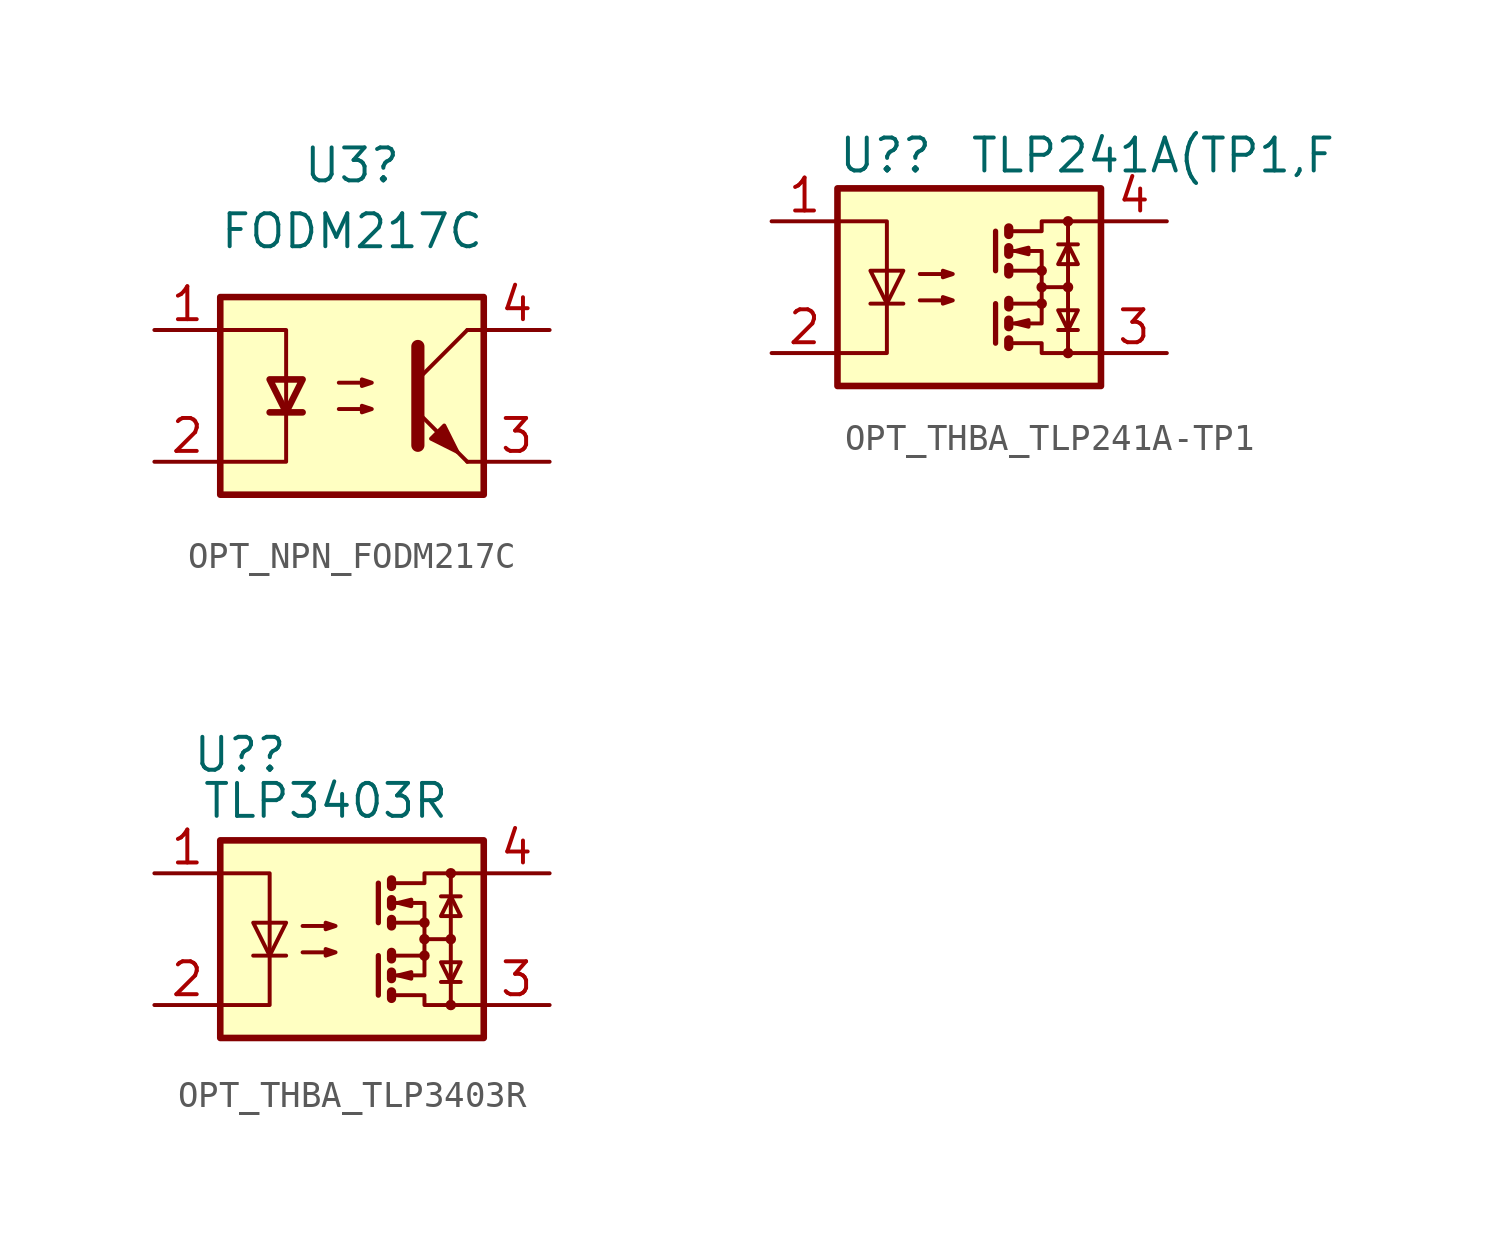
<source format=kicad_sym>
(kicad_symbol_lib
  (version 20231120)
  (generator "kicad_symbol_editor")
  (generator_version "8.0")
  (symbol "OPT_NPN_FODM217C"
    (property "Reference" "U3"
      (at 0 8.89 0)
      (effects (font (size 1.27 1.27))))
    (property "Value" "FODM217C"
      (at 0 6.35 0)
      (effects (font (size 1.27 1.27))))
    (symbol "OPT_NPN_FODM217C_0_1"
      (rectangle (start -5.08 3.81) (end 5.08 -3.81) (stroke (width 0.254) (type default)) (fill (type background)))
      (polyline (pts (xy -3.175 -0.635) (xy -1.905 -0.635)) (stroke (width 0.254) (type default)) (fill (type none)))
      (polyline (pts (xy 2.54 0.635) (xy 4.445 2.54)) (stroke (width 0) (type default)) (fill (type none)))
      (polyline (pts (xy 4.445 -2.54) (xy 2.54 -0.635)) (stroke (width 0) (type default)) (fill (type outline)))
      (polyline (pts (xy 4.445 -2.54) (xy 5.08 -2.54)) (stroke (width 0) (type default)) (fill (type none)))
      (polyline (pts (xy 4.445 2.54) (xy 5.08 2.54)) (stroke (width 0) (type default)) (fill (type none)))
      (polyline (pts (xy -5.08 2.54) (xy -2.54 2.54) (xy -2.54 -0.635)) (stroke (width 0) (type default)) (fill (type none)))
      (polyline (pts (xy -2.54 -0.635) (xy -2.54 -2.54) (xy -5.08 -2.54)) (stroke (width 0) (type default)) (fill (type none)))
      (polyline (pts (xy 2.54 1.905) (xy 2.54 -1.905) (xy 2.54 -1.905)) (stroke (width 0.508) (type default)) (fill (type none)))
      (polyline (pts (xy -2.54 -0.635) (xy -3.175 0.635) (xy -1.905 0.635) (xy -2.54 -0.635)) (stroke (width 0.254) (type default)) (fill (type none)))
      (polyline (pts (xy -0.508 -0.508) (xy 0.762 -0.508) (xy 0.381 -0.635) (xy 0.381 -0.381) (xy 0.762 -0.508)) (stroke (width 0) (type default)) (fill (type none)))
      (polyline (pts (xy -0.508 0.508) (xy 0.762 0.508) (xy 0.381 0.381) (xy 0.381 0.635) (xy 0.762 0.508)) (stroke (width 0) (type default)) (fill (type none)))
      (polyline (pts (xy 3.048 -1.651) (xy 3.556 -1.143) (xy 4.064 -2.159) (xy 3.048 -1.651) (xy 3.048 -1.651)) (stroke (width 0) (type default)) (fill (type outline))))
    (symbol "OPT_NPN_FODM217C_1_1"
      (pin passive line (at -7.62 2.54 0) (length 2.54) (name "~" (effects (font (size 1.27 1.27)))) (number "1" (effects (font (size 1.27 1.27)))))
      (pin passive line (at -7.62 -2.54 0) (length 2.54) (name "~" (effects (font (size 1.27 1.27)))) (number "2" (effects (font (size 1.27 1.27)))))
      (pin passive line (at 7.62 -2.54 180) (length 2.54) (name "~" (effects (font (size 1.27 1.27)))) (number "3" (effects (font (size 1.27 1.27)))))
      (pin passive line (at 7.62 2.54 180) (length 2.54) (name "~" (effects (font (size 1.27 1.27)))) (number "4" (effects (font (size 1.27 1.27)))))))
  (symbol "OPT_THBA_TLP241A-TP1"
    (property "Reference" "U?"
      (at -5.08 5.08 0)
      (effects (font (size 1.27 1.27)) (justify left)))
    (property "Value" "TLP241A(TP1,F "
      (at 0 5.08 0)
      (effects (font (size 1.27 1.27)) (justify left)))
    (symbol "OPT_THBA_TLP241A-TP1_0_1"
      (rectangle (start -5.08 3.81) (end 5.08 -3.81) (stroke (width 0.254) (type default)) (fill (type background)))
      (polyline (pts (xy -3.81 -0.635) (xy -2.54 -0.635)) (stroke (width 0) (type default)) (fill (type none)))
      (polyline (pts (xy 1.016 -0.635) (xy 1.016 -2.159)) (stroke (width 0.203) (type default)) (fill (type none)))
      (polyline (pts (xy 1.016 2.159) (xy 1.016 0.635)) (stroke (width 0.203) (type default)) (fill (type none)))
      (polyline (pts (xy 1.524 -0.508) (xy 1.524 -0.762)) (stroke (width 0.356) (type default)) (fill (type none)))
      (polyline (pts (xy 2.794 0) (xy 3.81 0)) (stroke (width 0) (type default)) (fill (type none)))
      (polyline (pts (xy 3.429 -1.651) (xy 4.191 -1.651)) (stroke (width 0) (type default)) (fill (type none)))
      (polyline (pts (xy 3.429 1.651) (xy 4.191 1.651)) (stroke (width 0) (type default)) (fill (type none)))
      (polyline (pts (xy 3.81 -2.54) (xy 3.81 2.54)) (stroke (width 0) (type default)) (fill (type none)))
      (polyline (pts (xy 1.524 -2.032) (xy 1.524 -2.286) (xy 1.524 -2.286)) (stroke (width 0.356) (type default)) (fill (type none)))
      (polyline (pts (xy 1.524 -1.27) (xy 1.524 -1.524) (xy 1.524 -1.524)) (stroke (width 0.356) (type default)) (fill (type none)))
      (polyline (pts (xy 1.524 0.762) (xy 1.524 0.508) (xy 1.524 0.508)) (stroke (width 0.356) (type default)) (fill (type none)))
      (polyline (pts (xy 1.524 1.524) (xy 1.524 1.27) (xy 1.524 1.27)) (stroke (width 0.356) (type default)) (fill (type none)))
      (polyline (pts (xy 1.524 2.286) (xy 1.524 2.032) (xy 1.524 2.032)) (stroke (width 0.356) (type default)) (fill (type none)))
      (polyline (pts (xy 1.651 -1.397) (xy 2.794 -1.397) (xy 2.794 -0.635)) (stroke (width 0) (type default)) (fill (type none)))
      (polyline (pts (xy 1.651 1.397) (xy 2.794 1.397) (xy 2.794 0.635)) (stroke (width 0) (type default)) (fill (type none)))
      (polyline (pts (xy -5.08 2.54) (xy -3.175 2.54) (xy -3.175 -2.54) (xy -5.08 -2.54)) (stroke (width 0) (type default)) (fill (type none)))
      (polyline (pts (xy -3.175 -0.635) (xy -3.81 0.635) (xy -2.54 0.635) (xy -3.175 -0.635)) (stroke (width 0) (type default)) (fill (type none)))
      (polyline (pts (xy 1.651 -2.159) (xy 2.794 -2.159) (xy 2.794 -2.54) (xy 5.08 -2.54)) (stroke (width 0) (type default)) (fill (type none)))
      (polyline (pts (xy 1.651 -0.635) (xy 2.794 -0.635) (xy 2.794 0.635) (xy 1.651 0.635)) (stroke (width 0) (type default)) (fill (type none)))
      (polyline (pts (xy 1.651 2.159) (xy 2.794 2.159) (xy 2.794 2.54) (xy 5.08 2.54)) (stroke (width 0) (type default)) (fill (type none)))
      (polyline (pts (xy 1.778 -1.397) (xy 2.286 -1.27) (xy 2.286 -1.524) (xy 1.778 -1.397)) (stroke (width 0) (type default)) (fill (type none)))
      (polyline (pts (xy 1.778 1.397) (xy 2.286 1.524) (xy 2.286 1.27) (xy 1.778 1.397)) (stroke (width 0) (type default)) (fill (type none)))
      (polyline (pts (xy 3.81 -1.651) (xy 3.429 -0.889) (xy 4.191 -0.889) (xy 3.81 -1.651)) (stroke (width 0) (type default)) (fill (type none)))
      (polyline (pts (xy 3.81 1.651) (xy 3.429 0.889) (xy 4.191 0.889) (xy 3.81 1.651)) (stroke (width 0) (type default)) (fill (type none)))
      (polyline (pts (xy -1.905 -0.508) (xy -0.635 -0.508) (xy -1.016 -0.635) (xy -1.016 -0.381) (xy -0.635 -0.508)) (stroke (width 0) (type default)) (fill (type none)))
      (polyline (pts (xy -1.905 0.508) (xy -0.635 0.508) (xy -1.016 0.381) (xy -1.016 0.635) (xy -0.635 0.508)) (stroke (width 0) (type default)) (fill (type none)))
      (circle (center 2.794 -0.635) (radius 0.127) (stroke (width 0) (type default)) (fill (type none)))
      (circle (center 2.794 0) (radius 0.127) (stroke (width 0) (type default)) (fill (type none)))
      (circle (center 2.794 0.635) (radius 0.127) (stroke (width 0) (type default)) (fill (type none)))
      (circle (center 3.81 -2.54) (radius 0.127) (stroke (width 0) (type default)) (fill (type none)))
      (circle (center 3.81 0) (radius 0.127) (stroke (width 0) (type default)) (fill (type none)))
      (circle (center 3.81 2.54) (radius 0.127) (stroke (width 0) (type default)) (fill (type none))))
    (symbol "OPT_THBA_TLP241A-TP1_1_1"
      (pin passive line (at -7.62 2.54 0) (length 2.54) (name "~" (effects (font (size 1.27 1.27)))) (number "1" (effects (font (size 1.27 1.27)))))
      (pin passive line (at -7.62 -2.54 0) (length 2.54) (name "~" (effects (font (size 1.27 1.27)))) (number "2" (effects (font (size 1.27 1.27)))))
      (pin passive line (at 7.62 -2.54 180) (length 2.54) (name "~" (effects (font (size 1.27 1.27)))) (number "3" (effects (font (size 1.27 1.27)))))
      (pin passive line (at 7.62 2.54 180) (length 2.54) (name "~" (effects (font (size 1.27 1.27)))) (number "4" (effects (font (size 1.27 1.27)))))))
  (symbol "OPT_THBA_TLP3403R"
    (property "Reference" "U?"
      (at -4.318 7.112 0)
      (effects (font (size 1.27 1.27))))
    (property "Value" "TLP3403R"
      (at -1.016 5.334 0)
      (effects (font (size 1.27 1.27))))
    (symbol "OPT_THBA_TLP3403R_0_1"
      (rectangle (start -5.08 3.81) (end 5.08 -3.81) (stroke (width 0.254) (type default)) (fill (type background)))
      (polyline (pts (xy -3.81 -0.635) (xy -2.54 -0.635)) (stroke (width 0) (type default)) (fill (type none)))
      (polyline (pts (xy 1.016 -0.635) (xy 1.016 -2.159)) (stroke (width 0.203) (type default)) (fill (type none)))
      (polyline (pts (xy 1.016 2.159) (xy 1.016 0.635)) (stroke (width 0.203) (type default)) (fill (type none)))
      (polyline (pts (xy 1.524 -0.508) (xy 1.524 -0.762)) (stroke (width 0.356) (type default)) (fill (type none)))
      (polyline (pts (xy 2.794 0) (xy 3.81 0)) (stroke (width 0) (type default)) (fill (type none)))
      (polyline (pts (xy 3.429 -1.651) (xy 4.191 -1.651)) (stroke (width 0) (type default)) (fill (type none)))
      (polyline (pts (xy 3.429 1.651) (xy 4.191 1.651)) (stroke (width 0) (type default)) (fill (type none)))
      (polyline (pts (xy 3.81 -2.54) (xy 3.81 2.54)) (stroke (width 0) (type default)) (fill (type none)))
      (polyline (pts (xy 1.524 -2.032) (xy 1.524 -2.286) (xy 1.524 -2.286)) (stroke (width 0.356) (type default)) (fill (type none)))
      (polyline (pts (xy 1.524 -1.27) (xy 1.524 -1.524) (xy 1.524 -1.524)) (stroke (width 0.356) (type default)) (fill (type none)))
      (polyline (pts (xy 1.524 0.762) (xy 1.524 0.508) (xy 1.524 0.508)) (stroke (width 0.356) (type default)) (fill (type none)))
      (polyline (pts (xy 1.524 1.524) (xy 1.524 1.27) (xy 1.524 1.27)) (stroke (width 0.356) (type default)) (fill (type none)))
      (polyline (pts (xy 1.524 2.286) (xy 1.524 2.032) (xy 1.524 2.032)) (stroke (width 0.356) (type default)) (fill (type none)))
      (polyline (pts (xy 1.651 -1.397) (xy 2.794 -1.397) (xy 2.794 -0.635)) (stroke (width 0) (type default)) (fill (type none)))
      (polyline (pts (xy 1.651 1.397) (xy 2.794 1.397) (xy 2.794 0.635)) (stroke (width 0) (type default)) (fill (type none)))
      (polyline (pts (xy -5.08 2.54) (xy -3.175 2.54) (xy -3.175 -2.54) (xy -5.08 -2.54)) (stroke (width 0) (type default)) (fill (type none)))
      (polyline (pts (xy -3.175 -0.635) (xy -3.81 0.635) (xy -2.54 0.635) (xy -3.175 -0.635)) (stroke (width 0) (type default)) (fill (type none)))
      (polyline (pts (xy 1.651 -2.159) (xy 2.794 -2.159) (xy 2.794 -2.54) (xy 5.08 -2.54)) (stroke (width 0) (type default)) (fill (type none)))
      (polyline (pts (xy 1.651 -0.635) (xy 2.794 -0.635) (xy 2.794 0.635) (xy 1.651 0.635)) (stroke (width 0) (type default)) (fill (type none)))
      (polyline (pts (xy 1.651 2.159) (xy 2.794 2.159) (xy 2.794 2.54) (xy 5.08 2.54)) (stroke (width 0) (type default)) (fill (type none)))
      (polyline (pts (xy 1.778 -1.397) (xy 2.286 -1.27) (xy 2.286 -1.524) (xy 1.778 -1.397)) (stroke (width 0) (type default)) (fill (type none)))
      (polyline (pts (xy 1.778 1.397) (xy 2.286 1.524) (xy 2.286 1.27) (xy 1.778 1.397)) (stroke (width 0) (type default)) (fill (type none)))
      (polyline (pts (xy 3.81 -1.651) (xy 3.429 -0.889) (xy 4.191 -0.889) (xy 3.81 -1.651)) (stroke (width 0) (type default)) (fill (type none)))
      (polyline (pts (xy 3.81 1.651) (xy 3.429 0.889) (xy 4.191 0.889) (xy 3.81 1.651)) (stroke (width 0) (type default)) (fill (type none)))
      (polyline (pts (xy -1.905 -0.508) (xy -0.635 -0.508) (xy -1.016 -0.635) (xy -1.016 -0.381) (xy -0.635 -0.508)) (stroke (width 0) (type default)) (fill (type none)))
      (polyline (pts (xy -1.905 0.508) (xy -0.635 0.508) (xy -1.016 0.381) (xy -1.016 0.635) (xy -0.635 0.508)) (stroke (width 0) (type default)) (fill (type none)))
      (circle (center 2.794 -0.635) (radius 0.127) (stroke (width 0) (type default)) (fill (type none)))
      (circle (center 2.794 0) (radius 0.127) (stroke (width 0) (type default)) (fill (type none)))
      (circle (center 2.794 0.635) (radius 0.127) (stroke (width 0) (type default)) (fill (type none)))
      (circle (center 3.81 -2.54) (radius 0.127) (stroke (width 0) (type default)) (fill (type none)))
      (circle (center 3.81 0) (radius 0.127) (stroke (width 0) (type default)) (fill (type none)))
      (circle (center 3.81 2.54) (radius 0.127) (stroke (width 0) (type default)) (fill (type none))))
    (symbol "OPT_THBA_TLP3403R_1_1"
      (pin passive line (at -7.62 2.54 0) (length 2.54) (name "~" (effects (font (size 1.27 1.27)))) (number "1" (effects (font (size 1.27 1.27)))))
      (pin passive line (at -7.62 -2.54 0) (length 2.54) (name "~" (effects (font (size 1.27 1.27)))) (number "2" (effects (font (size 1.27 1.27)))))
      (pin passive line (at 7.62 -2.54 180) (length 2.54) (name "~" (effects (font (size 1.27 1.27)))) (number "3" (effects (font (size 1.27 1.27)))))
      (pin passive line (at 7.62 2.54 180) (length 2.54) (name "~" (effects (font (size 1.27 1.27)))) (number "4" (effects (font (size 1.27 1.27))))))))
</source>
